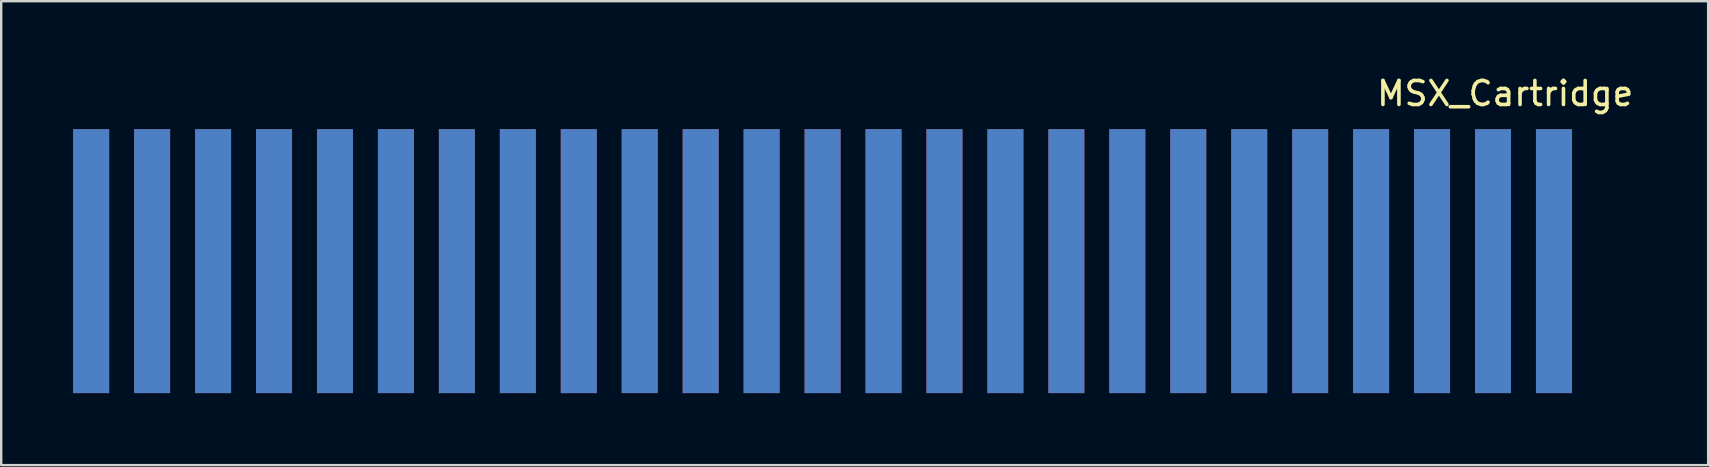
<source format=kicad_pcb>
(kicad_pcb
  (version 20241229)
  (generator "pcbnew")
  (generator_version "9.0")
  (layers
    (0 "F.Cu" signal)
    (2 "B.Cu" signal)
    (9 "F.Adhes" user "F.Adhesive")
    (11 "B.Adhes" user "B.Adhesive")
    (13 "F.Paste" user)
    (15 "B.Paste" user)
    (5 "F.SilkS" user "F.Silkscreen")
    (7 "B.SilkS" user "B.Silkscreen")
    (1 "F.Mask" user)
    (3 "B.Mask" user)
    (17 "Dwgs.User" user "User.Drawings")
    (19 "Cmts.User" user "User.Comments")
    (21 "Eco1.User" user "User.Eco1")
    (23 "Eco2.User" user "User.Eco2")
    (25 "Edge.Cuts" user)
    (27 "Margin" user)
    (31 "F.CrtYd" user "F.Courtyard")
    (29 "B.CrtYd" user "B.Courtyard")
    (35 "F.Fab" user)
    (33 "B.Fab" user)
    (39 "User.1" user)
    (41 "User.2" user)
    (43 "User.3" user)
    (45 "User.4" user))
  (footprint "MSX_Cartridge"
    (layer "F.Cu")
    (at 31.23 7.96)
    (property "Reference" "MSX_Cartridge" (at 28.448 -7.112 0) (layer "F.SilkS") (effects (font (size 1 1) (thickness 0.15))))
    (attr through_hole)
    (pad "1" connect rect (at 30.48 -0.127) (size 1.5 11) (layers "B.Cu" "B.Mask"))
    (pad "2" connect rect (at 30.48 -0.127) (size 1.5 11) (layers "F.Cu" "F.Mask"))
    (pad "3" connect rect (at 27.94 -0.127) (size 1.5 11) (layers "B.Cu" "B.Mask"))
    (pad "4" connect rect (at 27.94 -0.127) (size 1.5 11) (layers "F.Cu" "F.Mask"))
    (pad "5" connect rect (at 25.4 -0.127) (size 1.5 11) (layers "B.Cu" "B.Mask"))
    (pad "6" connect rect (at 25.4 -0.127) (size 1.5 11) (layers "F.Cu" "F.Mask"))
    (pad "7" connect rect (at 22.86 -0.127) (size 1.5 11) (layers "B.Cu" "B.Mask"))
    (pad "8" connect rect (at 22.86 -0.127) (size 1.5 11) (layers "F.Cu" "F.Mask"))
    (pad "9" connect rect (at 20.32 -0.127) (size 1.5 11) (layers "B.Cu" "B.Mask"))
    (pad "10" connect rect (at 20.32 -0.127) (size 1.5 11) (layers "F.Cu" "F.Mask"))
    (pad "11" connect rect (at 17.78 -0.127) (size 1.5 11) (layers "B.Cu" "B.Mask"))
    (pad "12" connect rect (at 17.78 -0.127) (size 1.5 11) (layers "F.Cu" "F.Mask"))
    (pad "13" connect rect (at 15.24 -0.127) (size 1.5 11) (layers "B.Cu" "B.Mask"))
    (pad "14" connect rect (at 15.24 -0.127) (size 1.5 11) (layers "F.Cu" "F.Mask"))
    (pad "15" connect rect (at 12.7 -0.127) (size 1.5 11) (layers "B.Cu" "B.Mask"))
    (pad "16" connect rect (at 12.7 -0.127) (size 1.5 11) (layers "F.Cu" "F.Mask"))
    (pad "17" connect rect (at 10.16 -0.127) (size 1.5 11) (layers "B.Cu" "B.Mask"))
    (pad "18" connect rect (at 10.16 -0.127) (size 1.5 11) (layers "F.Cu" "F.Mask"))
    (pad "19" connect rect (at 7.62 -0.127) (size 1.5 11) (layers "B.Cu" "B.Mask"))
    (pad "20" connect rect (at 7.62 -0.127) (size 1.5 11) (layers "F.Cu" "F.Mask"))
    (pad "21" connect rect (at 5.08 -0.127) (size 1.5 11) (layers "B.Cu" "B.Mask"))
    (pad "22" connect rect (at 5.08 -0.127) (size 1.5 11) (layers "F.Cu" "F.Mask"))
    (pad "23" connect rect (at 2.54 -0.127) (size 1.5 11) (layers "B.Cu" "B.Mask"))
    (pad "24" connect rect (at 2.54 -0.127) (size 1.5 11) (layers "F.Cu" "F.Mask"))
    (pad "25" connect rect (at 0 -0.127) (size 1.5 11) (layers "B.Cu" "B.Mask"))
    (pad "26" connect rect (at 0 -0.127) (size 1.5 11) (layers "F.Cu" "F.Mask"))
    (pad "27" connect rect (at -2.54 -0.127) (size 1.5 11) (layers "B.Cu" "B.Mask"))
    (pad "28" connect rect (at -2.54 -0.127) (size 1.5 11) (layers "F.Cu" "F.Mask"))
    (pad "29" connect rect (at -5.08 -0.127) (size 1.5 11) (layers "B.Cu" "B.Mask"))
    (pad "30" connect rect (at -5.08 -0.127) (size 1.5 11) (layers "F.Cu" "F.Mask"))
    (pad "31" connect rect (at -7.62 -0.127) (size 1.5 11) (layers "B.Cu" "B.Mask"))
    (pad "32" connect rect (at -7.62 -0.127) (size 1.5 11) (layers "F.Cu" "F.Mask"))
    (pad "33" connect rect (at -10.16 -0.127) (size 1.5 11) (layers "B.Cu" "B.Mask"))
    (pad "34" connect rect (at -10.16 -0.127) (size 1.5 11) (layers "F.Cu" "F.Mask"))
    (pad "35" connect rect (at -12.7 -0.127) (size 1.5 11) (layers "B.Cu" "B.Mask"))
    (pad "36" connect rect (at -12.7 -0.127) (size 1.5 11) (layers "F.Cu" "F.Mask"))
    (pad "37" connect rect (at -15.24 -0.127) (size 1.5 11) (layers "B.Cu" "B.Mask"))
    (pad "38" connect rect (at -15.24 -0.127) (size 1.5 11) (layers "F.Cu" "F.Mask"))
    (pad "39" connect rect (at -17.78 -0.127) (size 1.5 11) (layers "B.Cu" "B.Mask"))
    (pad "40" connect rect (at -17.78 -0.127) (size 1.5 11) (layers "F.Cu" "F.Mask"))
    (pad "41" connect rect (at -20.32 -0.127) (size 1.5 11) (layers "B.Cu" "B.Mask"))
    (pad "42" connect rect (at -20.32 -0.127) (size 1.5 11) (layers "F.Cu" "F.Mask"))
    (pad "43" connect rect (at -22.86 -0.127) (size 1.5 11) (layers "B.Cu" "B.Mask"))
    (pad "44" connect rect (at -22.86 -0.127) (size 1.5 11) (layers "F.Cu" "F.Mask"))
    (pad "45" connect rect (at -25.4 -0.127) (size 1.5 11) (layers "B.Cu" "B.Mask"))
    (pad "46" connect rect (at -25.4 -0.127) (size 1.5 11) (layers "F.Cu" "F.Mask"))
    (pad "47" connect rect (at -27.94 -0.127) (size 1.5 11) (layers "B.Cu" "B.Mask"))
    (pad "48" connect rect (at -27.94 -0.127) (size 1.5 11) (layers "F.Cu" "F.Mask"))
    (pad "49" connect rect (at -30.48 -0.127) (size 1.5 11) (layers "B.Cu" "B.Mask"))
    (pad "50" connect rect (at -30.48 -0.127) (size 1.5 11) (layers "F.Cu" "F.Mask")))
  (gr_rect
    (start -3 -3)
    (end 68.136 16.333)
    (stroke (width 0.1) (type default))
    (fill no)
    (layer "Edge.Cuts")))
</source>
